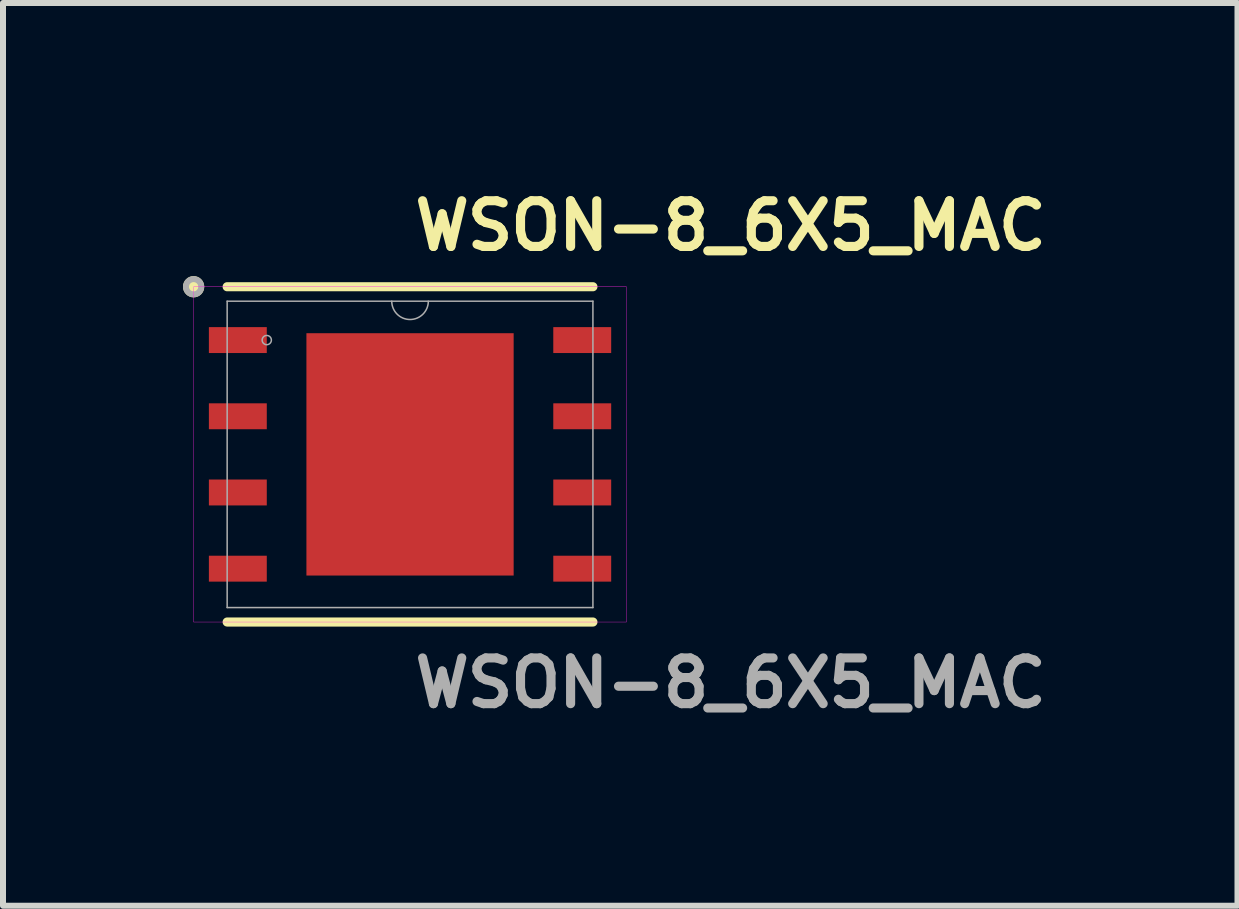
<source format=kicad_pcb>
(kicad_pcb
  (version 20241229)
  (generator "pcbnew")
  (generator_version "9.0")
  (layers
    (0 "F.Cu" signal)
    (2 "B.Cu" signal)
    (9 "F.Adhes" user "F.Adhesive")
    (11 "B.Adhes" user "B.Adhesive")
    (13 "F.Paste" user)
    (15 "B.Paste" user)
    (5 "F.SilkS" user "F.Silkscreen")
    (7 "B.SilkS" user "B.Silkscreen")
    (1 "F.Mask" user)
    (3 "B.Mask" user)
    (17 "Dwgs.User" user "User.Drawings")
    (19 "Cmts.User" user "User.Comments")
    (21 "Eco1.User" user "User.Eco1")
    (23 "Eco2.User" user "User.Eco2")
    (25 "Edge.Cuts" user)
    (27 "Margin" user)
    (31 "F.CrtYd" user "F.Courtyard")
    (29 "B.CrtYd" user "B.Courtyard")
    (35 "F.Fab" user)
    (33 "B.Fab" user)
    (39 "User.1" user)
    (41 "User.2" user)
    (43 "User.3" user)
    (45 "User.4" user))
  (footprint "WSON-8_6X5_MAC"
    (layer "F.Cu")
    (at 3.784 4.523)
    (property "Reference" "WSON-8_6X5_MAC" (at 0 -3.81 0) (unlocked yes) (layer "F.SilkS") (effects (font (size 0.762 0.762) (thickness 0.152) (bold yes)) (justify left)))
    (attr smd)
    (fp_line (start -3.048 -2.794) (end 3.048 -2.794) (stroke (width 0.152) (type solid)) (layer "F.SilkS"))
    (fp_line (start -3.048 2.794) (end 3.048 2.794) (stroke (width 0.152) (type solid)) (layer "F.SilkS"))
    (fp_circle (center -3.607 -2.794) (end -3.48 -2.794) (stroke (width 0.1) (type solid)) (fill yes) (layer "F.SilkS"))
    (fp_poly (pts (xy -1.627 -1.919) (xy -1.627 -0.773) (xy -0.1 -0.773) (xy -0.1 -1.919)) (stroke (width 0) (type solid)) (fill yes) (layer "F.Paste"))
    (fp_poly (pts (xy -1.627 -0.573) (xy -1.627 0.573) (xy -0.1 0.573) (xy -0.1 -0.573)) (stroke (width 0) (type solid)) (fill yes) (layer "F.Paste"))
    (fp_poly (pts (xy -1.627 0.773) (xy -1.627 1.919) (xy -0.1 1.919) (xy -0.1 0.773)) (stroke (width 0) (type solid)) (fill yes) (layer "F.Paste"))
    (fp_poly (pts (xy 0.1 -1.919) (xy 0.1 -0.773) (xy 1.627 -0.773) (xy 1.627 -1.919)) (stroke (width 0) (type solid)) (fill yes) (layer "F.Paste"))
    (fp_poly (pts (xy 0.1 -0.573) (xy 0.1 0.573) (xy 1.627 0.573) (xy 1.627 -0.573)) (stroke (width 0) (type solid)) (fill yes) (layer "F.Paste"))
    (fp_poly (pts (xy 0.1 0.773) (xy 0.1 1.919) (xy 1.627 1.919) (xy 1.627 0.773)) (stroke (width 0) (type solid)) (fill yes) (layer "F.Paste"))
    (fp_rect (start -3.607 -2.794) (end 3.607 2.794) (stroke (width 0.006) (type solid)) (fill no) (layer "F.CrtYd"))
    (fp_line (start -3.048 -2.553) (end -3.048 2.553) (stroke (width 0.025) (type solid)) (layer "F.Fab"))
    (fp_line (start -3.048 2.553) (end 3.048 2.553) (stroke (width 0.025) (type solid)) (layer "F.Fab"))
    (fp_line (start 3.048 -2.553) (end -3.048 -2.553) (stroke (width 0.025) (type solid)) (layer "F.Fab"))
    (fp_line (start 3.048 2.553) (end 3.048 -2.553) (stroke (width 0.025) (type solid)) (layer "F.Fab"))
    (fp_arc (start 0.3048 -2.5527) (mid 0 -2.2479) (end -0.3048 -2.5527) (stroke (width 0.0254) (type solid)) (layer "F.Fab"))
    (fp_circle (center -3.607 -2.794) (end -3.48 -2.794) (stroke (width 0.1) (type solid)) (fill no) (layer "F.Fab"))
    (fp_circle (center -2.388 -1.905) (end -2.311 -1.905) (stroke (width 0.025) (type solid)) (fill no) (layer "F.Fab"))
    (fp_text user "${REFERENCE}" (at 0 3.81 0) (unlocked yes) (layer "F.Fab") (effects (font (size 0.762 0.762) (thickness 0.152) (bold yes)) (justify left)))
    (pad "1" smd rect (at -2.87 -1.905) (size 0.965 0.432) (layers "F.Cu" "F.Mask" "F.Paste"))
    (pad "2" smd rect (at -2.87 -0.635) (size 0.965 0.432) (layers "F.Cu" "F.Mask" "F.Paste"))
    (pad "3" smd rect (at -2.87 0.635) (size 0.965 0.432) (layers "F.Cu" "F.Mask" "F.Paste"))
    (pad "4" smd rect (at -2.87 1.905) (size 0.965 0.432) (layers "F.Cu" "F.Mask" "F.Paste"))
    (pad "5" smd rect (at 2.87 1.905) (size 0.965 0.432) (layers "F.Cu" "F.Mask" "F.Paste"))
    (pad "6" smd rect (at 2.87 0.635) (size 0.965 0.432) (layers "F.Cu" "F.Mask" "F.Paste"))
    (pad "7" smd rect (at 2.87 -0.635) (size 0.965 0.432) (layers "F.Cu" "F.Mask" "F.Paste"))
    (pad "8" smd rect (at 2.87 -1.905) (size 0.965 0.432) (layers "F.Cu" "F.Mask" "F.Paste"))
    (pad "9" smd rect (at 0 0) (size 3.454 4.039) (layers "F.Cu" "F.Mask" "F.Paste")))
  (gr_rect
    (start -3 -3)
    (end 17.575 12.046)
    (stroke (width 0.1) (type default))
    (fill no)
    (layer "Edge.Cuts")))
</source>
